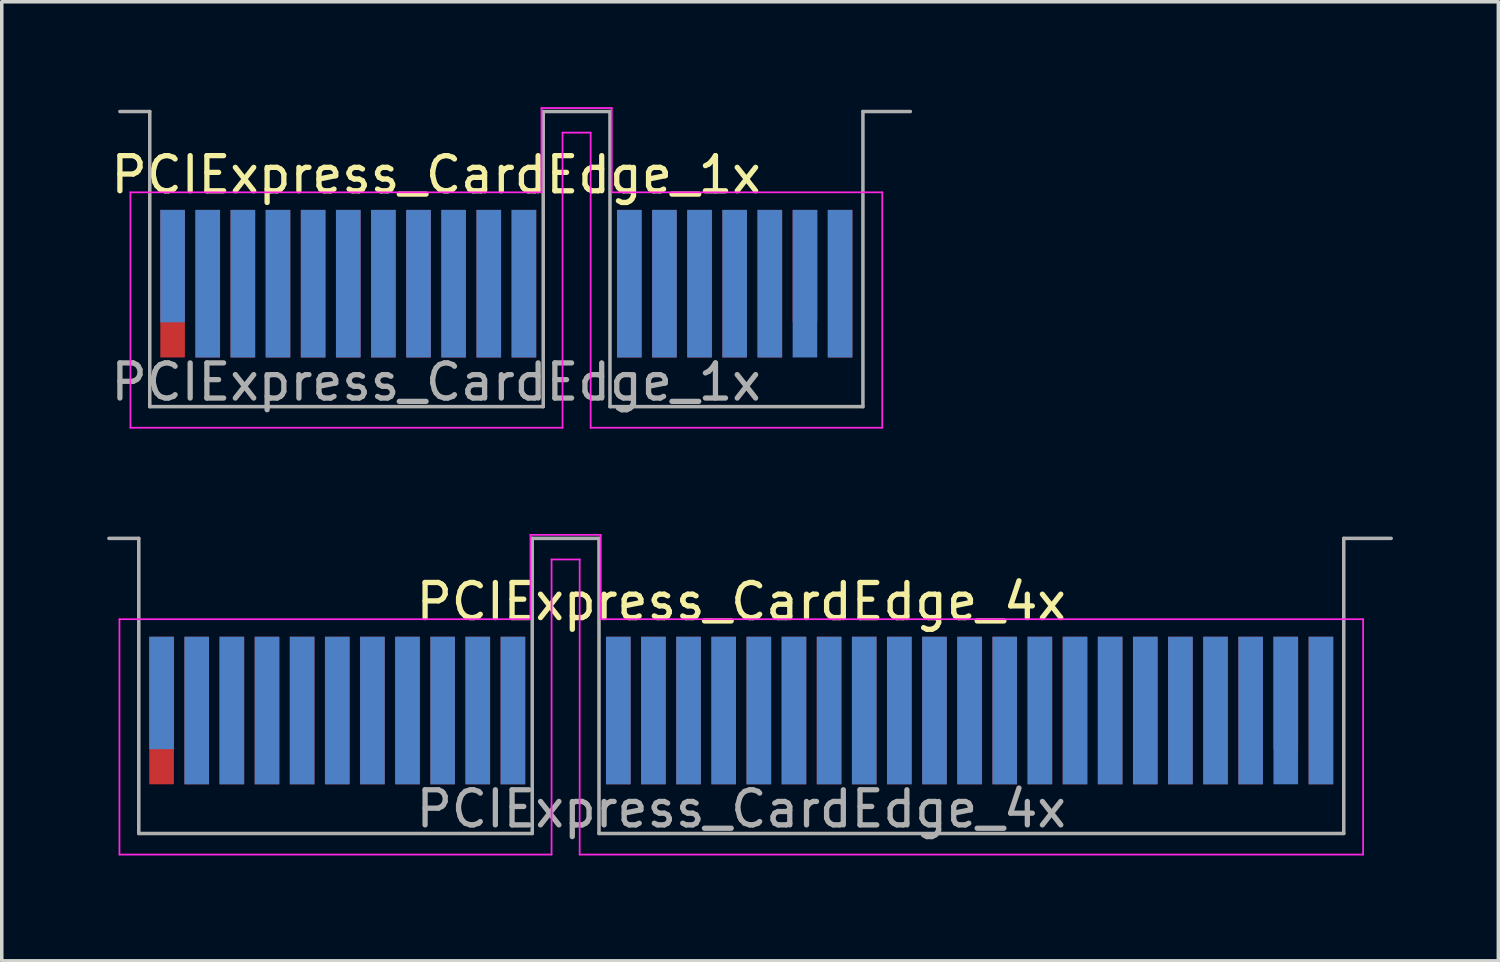
<source format=kicad_pcb>
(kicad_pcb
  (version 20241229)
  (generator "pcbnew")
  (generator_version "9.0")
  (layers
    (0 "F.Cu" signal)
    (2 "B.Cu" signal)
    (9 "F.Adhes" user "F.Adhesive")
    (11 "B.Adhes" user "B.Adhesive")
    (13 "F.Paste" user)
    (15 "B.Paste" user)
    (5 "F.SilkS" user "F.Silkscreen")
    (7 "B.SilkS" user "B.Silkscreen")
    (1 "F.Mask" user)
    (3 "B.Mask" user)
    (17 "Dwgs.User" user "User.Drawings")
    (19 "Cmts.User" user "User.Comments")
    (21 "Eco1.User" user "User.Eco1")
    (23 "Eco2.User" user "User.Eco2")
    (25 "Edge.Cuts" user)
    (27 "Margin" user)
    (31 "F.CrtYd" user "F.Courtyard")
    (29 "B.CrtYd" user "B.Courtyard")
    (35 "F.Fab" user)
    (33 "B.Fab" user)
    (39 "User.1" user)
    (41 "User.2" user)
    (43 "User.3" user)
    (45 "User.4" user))
  (footprint "PCIExpress_CardEdge_4x"
    (layer "F.Cu")
    (at 18.05 17.175)
    (property "Reference" "PCIExpress_CardEdge_4x" (at 0 -3.1 0) (layer "F.SilkS") (effects (font (size 1 1) (thickness 0.15))))
    (attr exclude_from_pos_files exclude_from_bom)
    (fp_line (start -17.7 -2.6) (end -17.7 4.1) (stroke (width 0.05) (type solid)) (layer "F.CrtYd"))
    (fp_line (start -17.7 4.1) (end -5.4 4.1) (stroke (width 0.05) (type solid)) (layer "F.CrtYd"))
    (fp_line (start -6 -5) (end -6 -2.6) (stroke (width 0.05) (type solid)) (layer "F.CrtYd"))
    (fp_line (start -6 -2.6) (end -17.7 -2.6) (stroke (width 0.05) (type solid)) (layer "F.CrtYd"))
    (fp_line (start -5.4 -4.3) (end -4.6 -4.3) (stroke (width 0.05) (type solid)) (layer "F.CrtYd"))
    (fp_line (start -5.4 4.1) (end -5.4 -4.3) (stroke (width 0.05) (type solid)) (layer "F.CrtYd"))
    (fp_line (start -4.6 -4.3) (end -4.6 4.1) (stroke (width 0.05) (type solid)) (layer "F.CrtYd"))
    (fp_line (start -4.6 4.1) (end 17.7 4.1) (stroke (width 0.05) (type solid)) (layer "F.CrtYd"))
    (fp_line (start -4 -5) (end -6 -5) (stroke (width 0.05) (type solid)) (layer "F.CrtYd"))
    (fp_line (start -4 -2.6) (end -4 -5) (stroke (width 0.05) (type solid)) (layer "F.CrtYd"))
    (fp_line (start 17.7 -2.6) (end -4 -2.6) (stroke (width 0.05) (type solid)) (layer "F.CrtYd"))
    (fp_line (start 17.7 4.1) (end 17.7 -2.6) (stroke (width 0.05) (type solid)) (layer "F.CrtYd"))
    (fp_line (start -17.15 -4.9) (end -18 -4.9) (stroke (width 0.1) (type solid)) (layer "F.Fab"))
    (fp_line (start -17.15 -4.9) (end -17.15 3.5) (stroke (width 0.1) (type solid)) (layer "F.Fab"))
    (fp_line (start -17.15 3.5) (end -5.95 3.5) (stroke (width 0.1) (type solid)) (layer "F.Fab"))
    (fp_line (start -5.95 -4.9) (end -5.95 3.5) (stroke (width 0.1) (type solid)) (layer "F.Fab"))
    (fp_line (start -5.95 -4.9) (end -4.05 -4.9) (stroke (width 0.1) (type solid)) (layer "F.Fab"))
    (fp_line (start -4.05 -4.9) (end -4.05 3.5) (stroke (width 0.1) (type solid)) (layer "F.Fab"))
    (fp_line (start -4.05 3.5) (end 17.15 3.5) (stroke (width 0.1) (type solid)) (layer "F.Fab"))
    (fp_line (start 17.15 -4.9) (end 17.15 3.5) (stroke (width 0.1) (type solid)) (layer "F.Fab"))
    (fp_line (start 17.15 -4.9) (end 18.5 -4.9) (stroke (width 0.1) (type solid)) (layer "F.Fab"))
    (fp_text user "${REFERENCE}" (at 0 2.8 0) (layer "F.Fab") (effects (font (size 1 1) (thickness 0.15))))
    (pad "A1" connect rect (at -16.5 -0.5) (size 0.7 3.2) (layers "B.Cu" "B.Mask"))
    (pad "A2" connect rect (at -15.5 0) (size 0.7 4.2) (layers "B.Cu" "B.Mask"))
    (pad "A3" connect rect (at -14.5 0) (size 0.7 4.2) (layers "B.Cu" "B.Mask"))
    (pad "A4" connect rect (at -13.5 0) (size 0.7 4.2) (layers "B.Cu" "B.Mask"))
    (pad "A5" connect rect (at -12.5 0) (size 0.7 4.2) (layers "B.Cu" "B.Mask"))
    (pad "A6" connect rect (at -11.5 0) (size 0.7 4.2) (layers "B.Cu" "B.Mask"))
    (pad "A7" connect rect (at -10.5 0) (size 0.7 4.2) (layers "B.Cu" "B.Mask"))
    (pad "A8" connect rect (at -9.5 0) (size 0.7 4.2) (layers "B.Cu" "B.Mask"))
    (pad "A9" connect rect (at -8.5 0) (size 0.7 4.2) (layers "B.Cu" "B.Mask"))
    (pad "A10" connect rect (at -7.5 0) (size 0.7 4.2) (layers "B.Cu" "B.Mask"))
    (pad "A11" connect rect (at -6.5 0) (size 0.7 4.2) (layers "B.Cu" "B.Mask"))
    (pad "A12" connect rect (at -3.5 0) (size 0.7 4.2) (layers "B.Cu" "B.Mask"))
    (pad "A13" connect rect (at -2.5 0) (size 0.7 4.2) (layers "B.Cu" "B.Mask"))
    (pad "A14" connect rect (at -1.5 0) (size 0.7 4.2) (layers "B.Cu" "B.Mask"))
    (pad "A15" connect rect (at -0.5 0) (size 0.7 4.2) (layers "B.Cu" "B.Mask"))
    (pad "A16" connect rect (at 0.5 0) (size 0.7 4.2) (layers "B.Cu" "B.Mask"))
    (pad "A17" connect rect (at 1.5 0) (size 0.7 4.2) (layers "B.Cu" "B.Mask"))
    (pad "A18" connect rect (at 2.5 0) (size 0.7 4.2) (layers "B.Cu" "B.Mask"))
    (pad "A19" connect rect (at 3.5 0) (size 0.7 4.2) (layers "B.Cu" "B.Mask"))
    (pad "A20" connect rect (at 4.5 0) (size 0.7 4.2) (layers "B.Cu" "B.Mask"))
    (pad "A21" connect rect (at 5.5 0) (size 0.7 4.2) (layers "B.Cu" "B.Mask"))
    (pad "A22" connect rect (at 6.5 0) (size 0.7 4.2) (layers "B.Cu" "B.Mask"))
    (pad "A23" connect rect (at 7.5 0) (size 0.7 4.2) (layers "B.Cu" "B.Mask"))
    (pad "A24" connect rect (at 8.5 0) (size 0.7 4.2) (layers "B.Cu" "B.Mask"))
    (pad "A25" connect rect (at 9.5 0) (size 0.7 4.2) (layers "B.Cu" "B.Mask"))
    (pad "A26" connect rect (at 10.5 0) (size 0.7 4.2) (layers "B.Cu" "B.Mask"))
    (pad "A27" connect rect (at 11.5 0) (size 0.7 4.2) (layers "B.Cu" "B.Mask"))
    (pad "A28" connect rect (at 12.5 0) (size 0.7 4.2) (layers "B.Cu" "B.Mask"))
    (pad "A29" connect rect (at 13.5 0) (size 0.7 4.2) (layers "B.Cu" "B.Mask"))
    (pad "A30" connect rect (at 14.5 0) (size 0.7 4.2) (layers "B.Cu" "B.Mask"))
    (pad "A31" connect rect (at 15.5 0) (size 0.7 4.2) (layers "B.Cu" "B.Mask"))
    (pad "A32" connect rect (at 16.5 0) (size 0.7 4.2) (layers "B.Cu" "B.Mask"))
    (pad "B1" connect rect (at -16.5 0) (size 0.7 4.2) (layers "F.Cu" "F.Mask"))
    (pad "B2" connect rect (at -15.5 0) (size 0.7 4.2) (layers "F.Cu" "F.Mask"))
    (pad "B3" connect rect (at -14.5 0) (size 0.7 4.2) (layers "F.Cu" "F.Mask"))
    (pad "B4" connect rect (at -13.5 0) (size 0.7 4.2) (layers "F.Cu" "F.Mask"))
    (pad "B5" connect rect (at -12.5 0) (size 0.7 4.2) (layers "F.Cu" "F.Mask"))
    (pad "B6" connect rect (at -11.5 0) (size 0.7 4.2) (layers "F.Cu" "F.Mask"))
    (pad "B7" connect rect (at -10.5 0) (size 0.7 4.2) (layers "F.Cu" "F.Mask"))
    (pad "B8" connect rect (at -9.5 0) (size 0.7 4.2) (layers "F.Cu" "F.Mask"))
    (pad "B9" connect rect (at -8.5 0) (size 0.7 4.2) (layers "F.Cu" "F.Mask"))
    (pad "B10" connect rect (at -7.5 0) (size 0.7 4.2) (layers "F.Cu" "F.Mask"))
    (pad "B11" connect rect (at -6.5 0) (size 0.7 4.2) (layers "F.Cu" "F.Mask"))
    (pad "B12" connect rect (at -3.5 0) (size 0.7 4.2) (layers "F.Cu" "F.Mask"))
    (pad "B13" connect rect (at -2.5 0) (size 0.7 4.2) (layers "F.Cu" "F.Mask"))
    (pad "B14" connect rect (at -1.5 0) (size 0.7 4.2) (layers "F.Cu" "F.Mask"))
    (pad "B15" connect rect (at -0.5 0) (size 0.7 4.2) (layers "F.Cu" "F.Mask"))
    (pad "B16" connect rect (at 0.5 0) (size 0.7 4.2) (layers "F.Cu" "F.Mask"))
    (pad "B17" connect rect (at 1.5 0) (size 0.7 4.2) (layers "F.Cu" "F.Mask"))
    (pad "B18" connect rect (at 2.5 0) (size 0.7 4.2) (layers "F.Cu" "F.Mask"))
    (pad "B19" connect rect (at 3.5 0) (size 0.7 4.2) (layers "F.Cu" "F.Mask"))
    (pad "B20" connect rect (at 4.5 0) (size 0.7 4.2) (layers "F.Cu" "F.Mask"))
    (pad "B21" connect rect (at 5.5 0) (size 0.7 4.2) (layers "F.Cu" "F.Mask"))
    (pad "B22" connect rect (at 6.5 0) (size 0.7 4.2) (layers "F.Cu" "F.Mask"))
    (pad "B23" connect rect (at 7.5 0) (size 0.7 4.2) (layers "F.Cu" "F.Mask"))
    (pad "B24" connect rect (at 8.5 0) (size 0.7 4.2) (layers "F.Cu" "F.Mask"))
    (pad "B25" connect rect (at 9.5 0) (size 0.7 4.2) (layers "F.Cu" "F.Mask"))
    (pad "B26" connect rect (at 10.5 0) (size 0.7 4.2) (layers "F.Cu" "F.Mask"))
    (pad "B27" connect rect (at 11.5 0) (size 0.7 4.2) (layers "F.Cu" "F.Mask"))
    (pad "B28" connect rect (at 12.5 0) (size 0.7 4.2) (layers "F.Cu" "F.Mask"))
    (pad "B29" connect rect (at 13.5 0) (size 0.7 4.2) (layers "F.Cu" "F.Mask"))
    (pad "B30" connect rect (at 14.5 0) (size 0.7 4.2) (layers "F.Cu" "F.Mask"))
    (pad "B31" connect rect (at 15.5 -0.5) (size 0.7 3.2) (layers "F.Cu" "F.Mask"))
    (pad "B32" connect rect (at 16.5 0) (size 0.7 4.2) (layers "F.Cu" "F.Mask")))
  (footprint "PCIExpress_CardEdge_1x"
    (layer "F.Cu")
    (at 11.363 5.025)
    (property "Reference" "PCIExpress_CardEdge_1x" (at -2 -3.1 0) (layer "F.SilkS") (effects (font (size 1 1) (thickness 0.15))))
    (attr exclude_from_pos_files exclude_from_bom)
    (fp_line (start -10.7 -2.6) (end -10.7 4.1) (stroke (width 0.05) (type solid)) (layer "F.CrtYd"))
    (fp_line (start -10.7 4.1) (end 1.6 4.1) (stroke (width 0.05) (type solid)) (layer "F.CrtYd"))
    (fp_line (start 1 -5) (end 1 -2.6) (stroke (width 0.05) (type solid)) (layer "F.CrtYd"))
    (fp_line (start 1 -2.6) (end -10.7 -2.6) (stroke (width 0.05) (type solid)) (layer "F.CrtYd"))
    (fp_line (start 1.6 -4.3) (end 2.4 -4.3) (stroke (width 0.05) (type solid)) (layer "F.CrtYd"))
    (fp_line (start 1.6 4.1) (end 1.6 -4.3) (stroke (width 0.05) (type solid)) (layer "F.CrtYd"))
    (fp_line (start 2.4 -4.3) (end 2.4 4.1) (stroke (width 0.05) (type solid)) (layer "F.CrtYd"))
    (fp_line (start 2.4 4.1) (end 10.7 4.1) (stroke (width 0.05) (type solid)) (layer "F.CrtYd"))
    (fp_line (start 3 -5) (end 1 -5) (stroke (width 0.05) (type solid)) (layer "F.CrtYd"))
    (fp_line (start 3 -2.6) (end 3 -5) (stroke (width 0.05) (type solid)) (layer "F.CrtYd"))
    (fp_line (start 10.7 -2.6) (end 3 -2.6) (stroke (width 0.05) (type solid)) (layer "F.CrtYd"))
    (fp_line (start 10.7 4.1) (end 10.7 -2.6) (stroke (width 0.05) (type solid)) (layer "F.CrtYd"))
    (fp_line (start -10.15 -4.9) (end -11 -4.9) (stroke (width 0.1) (type solid)) (layer "F.Fab"))
    (fp_line (start -10.15 -4.9) (end -10.15 3.5) (stroke (width 0.1) (type solid)) (layer "F.Fab"))
    (fp_line (start -10.15 3.5) (end 1.05 3.5) (stroke (width 0.1) (type solid)) (layer "F.Fab"))
    (fp_line (start 1.05 -4.9) (end 1.05 3.5) (stroke (width 0.1) (type solid)) (layer "F.Fab"))
    (fp_line (start 1.05 -4.9) (end 2.95 -4.9) (stroke (width 0.1) (type solid)) (layer "F.Fab"))
    (fp_line (start 2.95 -4.9) (end 2.95 3.5) (stroke (width 0.1) (type solid)) (layer "F.Fab"))
    (fp_line (start 2.95 3.5) (end 10.15 3.5) (stroke (width 0.1) (type solid)) (layer "F.Fab"))
    (fp_line (start 10.15 -4.9) (end 10.15 3.5) (stroke (width 0.1) (type solid)) (layer "F.Fab"))
    (fp_line (start 10.15 -4.9) (end 11.5 -4.9) (stroke (width 0.1) (type solid)) (layer "F.Fab"))
    (fp_text user "${REFERENCE}" (at -2 2.8 0) (layer "F.Fab") (effects (font (size 1 1) (thickness 0.15))))
    (pad "A1" connect rect (at -9.5 -0.5) (size 0.7 3.2) (layers "B.Cu" "B.Mask"))
    (pad "A2" connect rect (at -8.5 0) (size 0.7 4.2) (layers "B.Cu" "B.Mask"))
    (pad "A3" connect rect (at -7.5 0) (size 0.7 4.2) (layers "B.Cu" "B.Mask"))
    (pad "A4" connect rect (at -6.5 0) (size 0.7 4.2) (layers "B.Cu" "B.Mask"))
    (pad "A5" connect rect (at -5.5 0) (size 0.7 4.2) (layers "B.Cu" "B.Mask"))
    (pad "A6" connect rect (at -4.5 0) (size 0.7 4.2) (layers "B.Cu" "B.Mask"))
    (pad "A7" connect rect (at -3.5 0) (size 0.7 4.2) (layers "B.Cu" "B.Mask"))
    (pad "A8" connect rect (at -2.5 0) (size 0.7 4.2) (layers "B.Cu" "B.Mask"))
    (pad "A9" connect rect (at -1.5 0) (size 0.7 4.2) (layers "B.Cu" "B.Mask"))
    (pad "A10" connect rect (at -0.5 0) (size 0.7 4.2) (layers "B.Cu" "B.Mask"))
    (pad "A11" connect rect (at 0.5 0) (size 0.7 4.2) (layers "B.Cu" "B.Mask"))
    (pad "A12" connect rect (at 3.5 0) (size 0.7 4.2) (layers "B.Cu" "B.Mask"))
    (pad "A13" connect rect (at 4.5 0) (size 0.7 4.2) (layers "B.Cu" "B.Mask"))
    (pad "A14" connect rect (at 5.5 0) (size 0.7 4.2) (layers "B.Cu" "B.Mask"))
    (pad "A15" connect rect (at 6.5 0) (size 0.7 4.2) (layers "B.Cu" "B.Mask"))
    (pad "A16" connect rect (at 7.5 0) (size 0.7 4.2) (layers "B.Cu" "B.Mask"))
    (pad "A17" connect rect (at 8.5 0) (size 0.7 4.2) (layers "B.Cu" "B.Mask"))
    (pad "A18" connect rect (at 9.5 0) (size 0.7 4.2) (layers "B.Cu" "B.Mask"))
    (pad "B1" connect rect (at -9.5 0) (size 0.7 4.2) (layers "F.Cu" "F.Mask"))
    (pad "B2" connect rect (at -8.5 0) (size 0.7 4.2) (layers "F.Cu" "F.Mask"))
    (pad "B3" connect rect (at -7.5 0) (size 0.7 4.2) (layers "F.Cu" "F.Mask"))
    (pad "B4" connect rect (at -6.5 0) (size 0.7 4.2) (layers "F.Cu" "F.Mask"))
    (pad "B5" connect rect (at -5.5 0) (size 0.7 4.2) (layers "F.Cu" "F.Mask"))
    (pad "B6" connect rect (at -4.5 0) (size 0.7 4.2) (layers "F.Cu" "F.Mask"))
    (pad "B7" connect rect (at -3.5 0) (size 0.7 4.2) (layers "F.Cu" "F.Mask"))
    (pad "B8" connect rect (at -2.5 0) (size 0.7 4.2) (layers "F.Cu" "F.Mask"))
    (pad "B9" connect rect (at -1.5 0) (size 0.7 4.2) (layers "F.Cu" "F.Mask"))
    (pad "B10" connect rect (at -0.5 0) (size 0.7 4.2) (layers "F.Cu" "F.Mask"))
    (pad "B11" connect rect (at 0.5 0) (size 0.7 4.2) (layers "F.Cu" "F.Mask"))
    (pad "B12" connect rect (at 3.5 0) (size 0.7 4.2) (layers "F.Cu" "F.Mask"))
    (pad "B13" connect rect (at 4.5 0) (size 0.7 4.2) (layers "F.Cu" "F.Mask"))
    (pad "B14" connect rect (at 5.5 0) (size 0.7 4.2) (layers "F.Cu" "F.Mask"))
    (pad "B15" connect rect (at 6.5 0) (size 0.7 4.2) (layers "F.Cu" "F.Mask"))
    (pad "B16" connect rect (at 7.5 0) (size 0.7 4.2) (layers "F.Cu" "F.Mask"))
    (pad "B17" connect rect (at 8.5 -0.5) (size 0.7 3.2) (layers "F.Cu" "F.Mask"))
    (pad "B18" connect rect (at 9.5 0) (size 0.7 4.2) (layers "F.Cu" "F.Mask")))
  (gr_rect
    (start -3 -3)
    (end 39.6 24.3)
    (stroke (width 0.1) (type default))
    (fill no)
    (layer "Edge.Cuts")))
</source>
